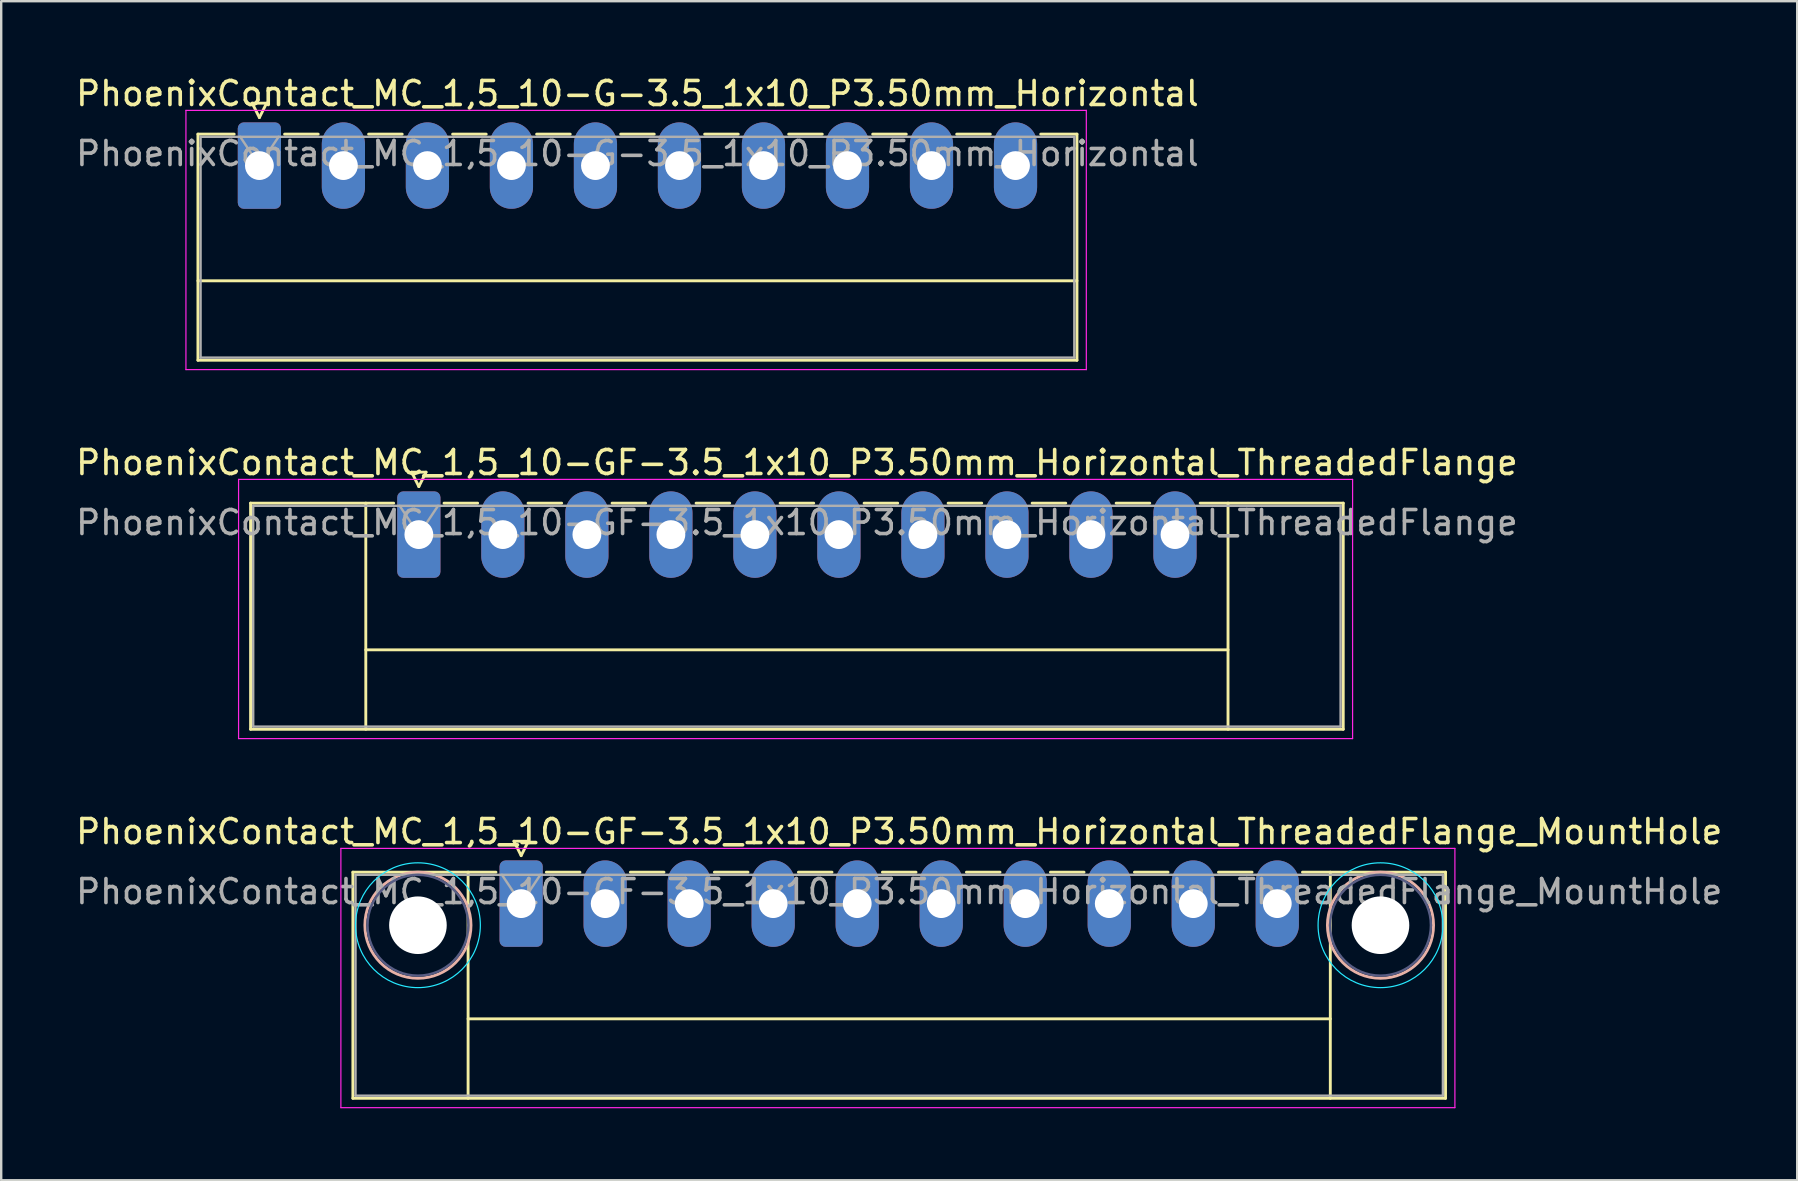
<source format=kicad_pcb>
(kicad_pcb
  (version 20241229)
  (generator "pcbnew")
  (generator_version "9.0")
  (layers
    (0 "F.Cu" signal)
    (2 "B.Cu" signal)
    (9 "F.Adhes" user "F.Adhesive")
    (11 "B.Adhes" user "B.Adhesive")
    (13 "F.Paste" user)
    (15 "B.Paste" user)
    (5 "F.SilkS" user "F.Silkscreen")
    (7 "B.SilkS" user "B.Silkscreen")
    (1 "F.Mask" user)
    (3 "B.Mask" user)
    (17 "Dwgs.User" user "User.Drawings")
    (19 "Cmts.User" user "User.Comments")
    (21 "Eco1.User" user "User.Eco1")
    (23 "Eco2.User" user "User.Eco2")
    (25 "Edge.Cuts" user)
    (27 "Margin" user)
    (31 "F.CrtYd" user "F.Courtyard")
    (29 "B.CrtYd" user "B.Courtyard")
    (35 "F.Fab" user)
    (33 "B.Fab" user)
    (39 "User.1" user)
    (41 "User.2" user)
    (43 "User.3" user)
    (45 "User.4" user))
  (footprint "PhoenixContact_MC_1,5_10-G-3.5_1x10_P3.50mm_Horizontal"
    (layer "F.Cu")
    (at 7.756 3.848)
    (property "Reference" "PhoenixContact_MC_1,5_10-G-3.5_1x10_P3.50mm_Horizontal" (at 15.75 -3 0) (layer "F.SilkS") (effects (font (size 1 1) (thickness 0.15))))
    (attr through_hole)
    (fp_line (start -2.56 -1.31) (end -2.56 8.11) (stroke (width 0.12) (type solid)) (layer "F.SilkS"))
    (fp_line (start -2.56 -1.31) (end -1.05 -1.31) (stroke (width 0.12) (type solid)) (layer "F.SilkS"))
    (fp_line (start -2.56 4.8) (end 34.06 4.8) (stroke (width 0.12) (type solid)) (layer "F.SilkS"))
    (fp_line (start -2.56 8.11) (end 34.06 8.11) (stroke (width 0.12) (type solid)) (layer "F.SilkS"))
    (fp_line (start -0.3 -2.6) (end 0.3 -2.6) (stroke (width 0.12) (type solid)) (layer "F.SilkS"))
    (fp_line (start 0 -2) (end -0.3 -2.6) (stroke (width 0.12) (type solid)) (layer "F.SilkS"))
    (fp_line (start 0.3 -2.6) (end 0 -2) (stroke (width 0.12) (type solid)) (layer "F.SilkS"))
    (fp_line (start 1.05 -1.31) (end 2.45 -1.31) (stroke (width 0.12) (type solid)) (layer "F.SilkS"))
    (fp_line (start 4.55 -1.31) (end 5.95 -1.31) (stroke (width 0.12) (type solid)) (layer "F.SilkS"))
    (fp_line (start 8.05 -1.31) (end 9.45 -1.31) (stroke (width 0.12) (type solid)) (layer "F.SilkS"))
    (fp_line (start 11.55 -1.31) (end 12.95 -1.31) (stroke (width 0.12) (type solid)) (layer "F.SilkS"))
    (fp_line (start 15.05 -1.31) (end 16.45 -1.31) (stroke (width 0.12) (type solid)) (layer "F.SilkS"))
    (fp_line (start 18.55 -1.31) (end 19.95 -1.31) (stroke (width 0.12) (type solid)) (layer "F.SilkS"))
    (fp_line (start 22.05 -1.31) (end 23.45 -1.31) (stroke (width 0.12) (type solid)) (layer "F.SilkS"))
    (fp_line (start 25.55 -1.31) (end 26.95 -1.31) (stroke (width 0.12) (type solid)) (layer "F.SilkS"))
    (fp_line (start 29.05 -1.31) (end 30.45 -1.31) (stroke (width 0.12) (type solid)) (layer "F.SilkS"))
    (fp_line (start 34.06 -1.31) (end 32.55 -1.31) (stroke (width 0.12) (type solid)) (layer "F.SilkS"))
    (fp_line (start 34.06 8.11) (end 34.06 -1.31) (stroke (width 0.12) (type solid)) (layer "F.SilkS"))
    (fp_line (start -3.06 -2.3) (end -3.06 8.5) (stroke (width 0.05) (type solid)) (layer "F.CrtYd"))
    (fp_line (start -3.06 8.5) (end 34.45 8.5) (stroke (width 0.05) (type solid)) (layer "F.CrtYd"))
    (fp_line (start 34.45 -2.3) (end -3.06 -2.3) (stroke (width 0.05) (type solid)) (layer "F.CrtYd"))
    (fp_line (start 34.45 8.5) (end 34.45 -2.3) (stroke (width 0.05) (type solid)) (layer "F.CrtYd"))
    (fp_line (start -2.45 -1.2) (end -2.45 8) (stroke (width 0.1) (type solid)) (layer "F.Fab"))
    (fp_line (start -2.45 8) (end 33.95 8) (stroke (width 0.1) (type solid)) (layer "F.Fab"))
    (fp_line (start 0 0) (end -0.8 -1.2) (stroke (width 0.1) (type solid)) (layer "F.Fab"))
    (fp_line (start 0.8 -1.2) (end 0 0) (stroke (width 0.1) (type solid)) (layer "F.Fab"))
    (fp_line (start 33.95 -1.2) (end -2.45 -1.2) (stroke (width 0.1) (type solid)) (layer "F.Fab"))
    (fp_line (start 33.95 8) (end 33.95 -1.2) (stroke (width 0.1) (type solid)) (layer "F.Fab"))
    (fp_text user "${REFERENCE}" (at 15.75 -0.5 0) (layer "F.Fab") (effects (font (size 1 1) (thickness 0.15))))
    (pad "1" thru_hole roundrect (at 0 0) (size 1.8 3.6) (drill 1.2) (layers "*.Cu" "*.Mask") (roundrect_rratio 0.139))
    (pad "2" thru_hole oval (at 3.5 0) (size 1.8 3.6) (drill 1.2) (layers "*.Cu" "*.Mask"))
    (pad "3" thru_hole oval (at 7 0) (size 1.8 3.6) (drill 1.2) (layers "*.Cu" "*.Mask"))
    (pad "4" thru_hole oval (at 10.5 0) (size 1.8 3.6) (drill 1.2) (layers "*.Cu" "*.Mask"))
    (pad "5" thru_hole oval (at 14 0) (size 1.8 3.6) (drill 1.2) (layers "*.Cu" "*.Mask"))
    (pad "6" thru_hole oval (at 17.5 0) (size 1.8 3.6) (drill 1.2) (layers "*.Cu" "*.Mask"))
    (pad "7" thru_hole oval (at 21 0) (size 1.8 3.6) (drill 1.2) (layers "*.Cu" "*.Mask"))
    (pad "8" thru_hole oval (at 24.5 0) (size 1.8 3.6) (drill 1.2) (layers "*.Cu" "*.Mask"))
    (pad "9" thru_hole oval (at 28 0) (size 1.8 3.6) (drill 1.2) (layers "*.Cu" "*.Mask"))
    (pad "10" thru_hole oval (at 31.5 0) (size 1.8 3.6) (drill 1.2) (layers "*.Cu" "*.Mask")))
  (footprint "PhoenixContact_MC_1,5_10-GF-3.5_1x10_P3.50mm_Horizontal_ThreadedFlange"
    (layer "F.Cu")
    (at 14.399 19.221)
    (property "Reference" "PhoenixContact_MC_1,5_10-GF-3.5_1x10_P3.50mm_Horizontal_ThreadedFlange" (at 15.75 -3 0) (layer "F.SilkS") (effects (font (size 1 1) (thickness 0.15))))
    (attr through_hole)
    (fp_line (start -7.01 -1.31) (end -7.01 8.11) (stroke (width 0.12) (type solid)) (layer "F.SilkS"))
    (fp_line (start -7.01 -1.31) (end -1.05 -1.31) (stroke (width 0.12) (type solid)) (layer "F.SilkS"))
    (fp_line (start -7.01 8.11) (end 38.51 8.11) (stroke (width 0.12) (type solid)) (layer "F.SilkS"))
    (fp_line (start -2.21 -1.31) (end -2.21 8.11) (stroke (width 0.12) (type solid)) (layer "F.SilkS"))
    (fp_line (start -2.21 4.8) (end 33.71 4.8) (stroke (width 0.12) (type solid)) (layer "F.SilkS"))
    (fp_line (start -0.3 -2.6) (end 0.3 -2.6) (stroke (width 0.12) (type solid)) (layer "F.SilkS"))
    (fp_line (start 0 -2) (end -0.3 -2.6) (stroke (width 0.12) (type solid)) (layer "F.SilkS"))
    (fp_line (start 0.3 -2.6) (end 0 -2) (stroke (width 0.12) (type solid)) (layer "F.SilkS"))
    (fp_line (start 1.05 -1.31) (end 2.45 -1.31) (stroke (width 0.12) (type solid)) (layer "F.SilkS"))
    (fp_line (start 4.55 -1.31) (end 5.95 -1.31) (stroke (width 0.12) (type solid)) (layer "F.SilkS"))
    (fp_line (start 8.05 -1.31) (end 9.45 -1.31) (stroke (width 0.12) (type solid)) (layer "F.SilkS"))
    (fp_line (start 11.55 -1.31) (end 12.95 -1.31) (stroke (width 0.12) (type solid)) (layer "F.SilkS"))
    (fp_line (start 15.05 -1.31) (end 16.45 -1.31) (stroke (width 0.12) (type solid)) (layer "F.SilkS"))
    (fp_line (start 18.55 -1.31) (end 19.95 -1.31) (stroke (width 0.12) (type solid)) (layer "F.SilkS"))
    (fp_line (start 22.05 -1.31) (end 23.45 -1.31) (stroke (width 0.12) (type solid)) (layer "F.SilkS"))
    (fp_line (start 25.55 -1.31) (end 26.95 -1.31) (stroke (width 0.12) (type solid)) (layer "F.SilkS"))
    (fp_line (start 29.05 -1.31) (end 30.45 -1.31) (stroke (width 0.12) (type solid)) (layer "F.SilkS"))
    (fp_line (start 33.71 -1.31) (end 33.71 8.11) (stroke (width 0.12) (type solid)) (layer "F.SilkS"))
    (fp_line (start 38.51 -1.31) (end 32.55 -1.31) (stroke (width 0.12) (type solid)) (layer "F.SilkS"))
    (fp_line (start 38.51 8.11) (end 38.51 -1.31) (stroke (width 0.12) (type solid)) (layer "F.SilkS"))
    (fp_line (start -7.51 -2.3) (end -7.51 8.5) (stroke (width 0.05) (type solid)) (layer "F.CrtYd"))
    (fp_line (start -7.51 8.5) (end 38.9 8.5) (stroke (width 0.05) (type solid)) (layer "F.CrtYd"))
    (fp_line (start 38.9 -2.3) (end -7.51 -2.3) (stroke (width 0.05) (type solid)) (layer "F.CrtYd"))
    (fp_line (start 38.9 8.5) (end 38.9 -2.3) (stroke (width 0.05) (type solid)) (layer "F.CrtYd"))
    (fp_line (start -6.9 -1.2) (end -6.9 8) (stroke (width 0.1) (type solid)) (layer "F.Fab"))
    (fp_line (start -6.9 8) (end 38.4 8) (stroke (width 0.1) (type solid)) (layer "F.Fab"))
    (fp_line (start 0 0) (end -0.8 -1.2) (stroke (width 0.1) (type solid)) (layer "F.Fab"))
    (fp_line (start 0.8 -1.2) (end 0 0) (stroke (width 0.1) (type solid)) (layer "F.Fab"))
    (fp_line (start 38.4 -1.2) (end -6.9 -1.2) (stroke (width 0.1) (type solid)) (layer "F.Fab"))
    (fp_line (start 38.4 8) (end 38.4 -1.2) (stroke (width 0.1) (type solid)) (layer "F.Fab"))
    (fp_text user "${REFERENCE}" (at 15.75 -0.5 0) (layer "F.Fab") (effects (font (size 1 1) (thickness 0.15))))
    (pad "1" thru_hole roundrect (at 0 0) (size 1.8 3.6) (drill 1.2) (layers "*.Cu" "*.Mask") (roundrect_rratio 0.139))
    (pad "2" thru_hole oval (at 3.5 0) (size 1.8 3.6) (drill 1.2) (layers "*.Cu" "*.Mask"))
    (pad "3" thru_hole oval (at 7 0) (size 1.8 3.6) (drill 1.2) (layers "*.Cu" "*.Mask"))
    (pad "4" thru_hole oval (at 10.5 0) (size 1.8 3.6) (drill 1.2) (layers "*.Cu" "*.Mask"))
    (pad "5" thru_hole oval (at 14 0) (size 1.8 3.6) (drill 1.2) (layers "*.Cu" "*.Mask"))
    (pad "6" thru_hole oval (at 17.5 0) (size 1.8 3.6) (drill 1.2) (layers "*.Cu" "*.Mask"))
    (pad "7" thru_hole oval (at 21 0) (size 1.8 3.6) (drill 1.2) (layers "*.Cu" "*.Mask"))
    (pad "8" thru_hole oval (at 24.5 0) (size 1.8 3.6) (drill 1.2) (layers "*.Cu" "*.Mask"))
    (pad "9" thru_hole oval (at 28 0) (size 1.8 3.6) (drill 1.2) (layers "*.Cu" "*.Mask"))
    (pad "10" thru_hole oval (at 31.5 0) (size 1.8 3.6) (drill 1.2) (layers "*.Cu" "*.Mask")))
  (footprint "PhoenixContact_MC_1,5_10-GF-3.5_1x10_P3.50mm_Horizontal_ThreadedFlange_MountHole"
    (layer "F.Cu")
    (at 18.661 34.595)
    (property "Reference" "PhoenixContact_MC_1,5_10-GF-3.5_1x10_P3.50mm_Horizontal_ThreadedFlange_MountHole" (at 15.75 -3 0) (layer "F.SilkS") (effects (font (size 1 1) (thickness 0.15))))
    (attr through_hole)
    (fp_line (start -7.01 -1.31) (end -7.01 8.11) (stroke (width 0.12) (type solid)) (layer "F.SilkS"))
    (fp_line (start -7.01 -1.31) (end -1.05 -1.31) (stroke (width 0.12) (type solid)) (layer "F.SilkS"))
    (fp_line (start -7.01 8.11) (end 38.51 8.11) (stroke (width 0.12) (type solid)) (layer "F.SilkS"))
    (fp_line (start -2.21 -1.31) (end -2.21 8.11) (stroke (width 0.12) (type solid)) (layer "F.SilkS"))
    (fp_line (start -2.21 4.8) (end 33.71 4.8) (stroke (width 0.12) (type solid)) (layer "F.SilkS"))
    (fp_line (start -0.3 -2.6) (end 0.3 -2.6) (stroke (width 0.12) (type solid)) (layer "F.SilkS"))
    (fp_line (start 0 -2) (end -0.3 -2.6) (stroke (width 0.12) (type solid)) (layer "F.SilkS"))
    (fp_line (start 0.3 -2.6) (end 0 -2) (stroke (width 0.12) (type solid)) (layer "F.SilkS"))
    (fp_line (start 1.05 -1.31) (end 2.45 -1.31) (stroke (width 0.12) (type solid)) (layer "F.SilkS"))
    (fp_line (start 4.55 -1.31) (end 5.95 -1.31) (stroke (width 0.12) (type solid)) (layer "F.SilkS"))
    (fp_line (start 8.05 -1.31) (end 9.45 -1.31) (stroke (width 0.12) (type solid)) (layer "F.SilkS"))
    (fp_line (start 11.55 -1.31) (end 12.95 -1.31) (stroke (width 0.12) (type solid)) (layer "F.SilkS"))
    (fp_line (start 15.05 -1.31) (end 16.45 -1.31) (stroke (width 0.12) (type solid)) (layer "F.SilkS"))
    (fp_line (start 18.55 -1.31) (end 19.95 -1.31) (stroke (width 0.12) (type solid)) (layer "F.SilkS"))
    (fp_line (start 22.05 -1.31) (end 23.45 -1.31) (stroke (width 0.12) (type solid)) (layer "F.SilkS"))
    (fp_line (start 25.55 -1.31) (end 26.95 -1.31) (stroke (width 0.12) (type solid)) (layer "F.SilkS"))
    (fp_line (start 29.05 -1.31) (end 30.45 -1.31) (stroke (width 0.12) (type solid)) (layer "F.SilkS"))
    (fp_line (start 33.71 -1.31) (end 33.71 8.11) (stroke (width 0.12) (type solid)) (layer "F.SilkS"))
    (fp_line (start 38.51 -1.31) (end 32.55 -1.31) (stroke (width 0.12) (type solid)) (layer "F.SilkS"))
    (fp_line (start 38.51 8.11) (end 38.51 -1.31) (stroke (width 0.12) (type solid)) (layer "F.SilkS"))
    (fp_circle (center -4.3 0.9) (end -2.09 0.9) (stroke (width 0.12) (type solid)) (fill no) (layer "B.SilkS"))
    (fp_circle (center 35.8 0.9) (end 38.01 0.9) (stroke (width 0.12) (type solid)) (fill no) (layer "B.SilkS"))
    (fp_circle (center -4.3 0.9) (end -1.7 0.9) (stroke (width 0.05) (type solid)) (fill no) (layer "B.CrtYd"))
    (fp_circle (center 35.8 0.9) (end 38.4 0.9) (stroke (width 0.05) (type solid)) (fill no) (layer "B.CrtYd"))
    (fp_line (start -7.51 -2.3) (end -7.51 8.5) (stroke (width 0.05) (type solid)) (layer "F.CrtYd"))
    (fp_line (start -7.51 8.5) (end 38.9 8.5) (stroke (width 0.05) (type solid)) (layer "F.CrtYd"))
    (fp_line (start 38.9 -2.3) (end -7.51 -2.3) (stroke (width 0.05) (type solid)) (layer "F.CrtYd"))
    (fp_line (start 38.9 8.5) (end 38.9 -2.3) (stroke (width 0.05) (type solid)) (layer "F.CrtYd"))
    (fp_circle (center -4.3 0.9) (end -2.2 0.9) (stroke (width 0.1) (type solid)) (fill no) (layer "B.Fab"))
    (fp_circle (center 35.8 0.9) (end 37.9 0.9) (stroke (width 0.1) (type solid)) (fill no) (layer "B.Fab"))
    (fp_line (start -6.9 -1.2) (end -6.9 8) (stroke (width 0.1) (type solid)) (layer "F.Fab"))
    (fp_line (start -6.9 8) (end 38.4 8) (stroke (width 0.1) (type solid)) (layer "F.Fab"))
    (fp_line (start 0 0) (end -0.8 -1.2) (stroke (width 0.1) (type solid)) (layer "F.Fab"))
    (fp_line (start 0.8 -1.2) (end 0 0) (stroke (width 0.1) (type solid)) (layer "F.Fab"))
    (fp_line (start 38.4 -1.2) (end -6.9 -1.2) (stroke (width 0.1) (type solid)) (layer "F.Fab"))
    (fp_line (start 38.4 8) (end 38.4 -1.2) (stroke (width 0.1) (type solid)) (layer "F.Fab"))
    (fp_text user "${REFERENCE}" (at 15.75 -0.5 0) (layer "F.Fab") (effects (font (size 1 1) (thickness 0.15))))
    (pad "" np_thru_hole circle (at -4.3 0.9) (size 2.4 2.4) (drill 2.4) (layers "*.Cu" "*.Mask"))
    (pad "" np_thru_hole circle (at 35.8 0.9) (size 2.4 2.4) (drill 2.4) (layers "*.Cu" "*.Mask"))
    (pad "1" thru_hole roundrect (at 0 0) (size 1.8 3.6) (drill 1.2) (layers "*.Cu" "*.Mask") (roundrect_rratio 0.139))
    (pad "2" thru_hole oval (at 3.5 0) (size 1.8 3.6) (drill 1.2) (layers "*.Cu" "*.Mask"))
    (pad "3" thru_hole oval (at 7 0) (size 1.8 3.6) (drill 1.2) (layers "*.Cu" "*.Mask"))
    (pad "4" thru_hole oval (at 10.5 0) (size 1.8 3.6) (drill 1.2) (layers "*.Cu" "*.Mask"))
    (pad "5" thru_hole oval (at 14 0) (size 1.8 3.6) (drill 1.2) (layers "*.Cu" "*.Mask"))
    (pad "6" thru_hole oval (at 17.5 0) (size 1.8 3.6) (drill 1.2) (layers "*.Cu" "*.Mask"))
    (pad "7" thru_hole oval (at 21 0) (size 1.8 3.6) (drill 1.2) (layers "*.Cu" "*.Mask"))
    (pad "8" thru_hole oval (at 24.5 0) (size 1.8 3.6) (drill 1.2) (layers "*.Cu" "*.Mask"))
    (pad "9" thru_hole oval (at 28 0) (size 1.8 3.6) (drill 1.2) (layers "*.Cu" "*.Mask"))
    (pad "10" thru_hole oval (at 31.5 0) (size 1.8 3.6) (drill 1.2) (layers "*.Cu" "*.Mask")))
  (gr_rect
    (start -3 -3)
    (end 71.821 46.12)
    (stroke (width 0.1) (type default))
    (fill no)
    (layer "Edge.Cuts")))
</source>
